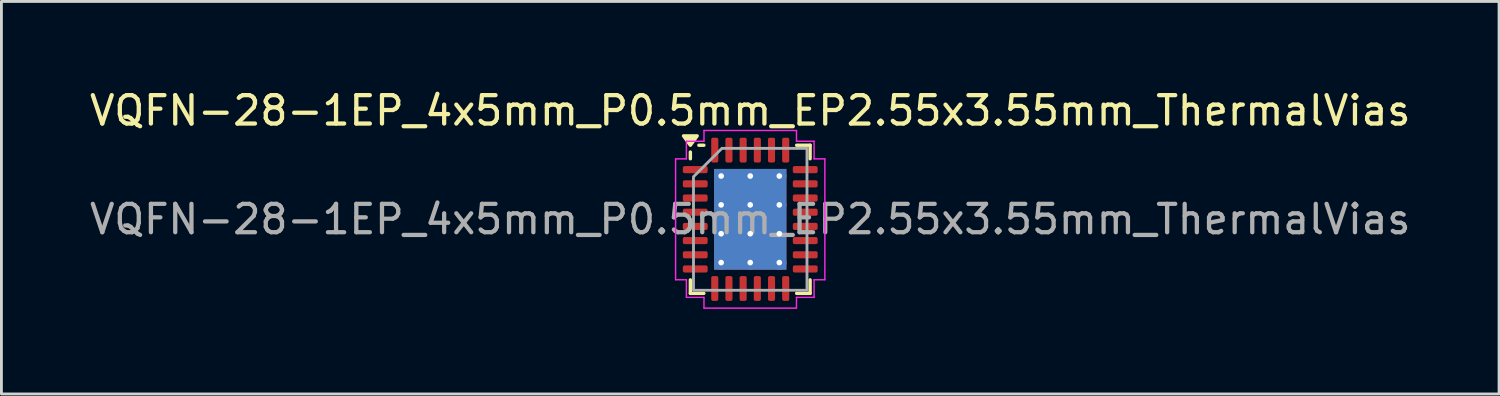
<source format=kicad_pcb>
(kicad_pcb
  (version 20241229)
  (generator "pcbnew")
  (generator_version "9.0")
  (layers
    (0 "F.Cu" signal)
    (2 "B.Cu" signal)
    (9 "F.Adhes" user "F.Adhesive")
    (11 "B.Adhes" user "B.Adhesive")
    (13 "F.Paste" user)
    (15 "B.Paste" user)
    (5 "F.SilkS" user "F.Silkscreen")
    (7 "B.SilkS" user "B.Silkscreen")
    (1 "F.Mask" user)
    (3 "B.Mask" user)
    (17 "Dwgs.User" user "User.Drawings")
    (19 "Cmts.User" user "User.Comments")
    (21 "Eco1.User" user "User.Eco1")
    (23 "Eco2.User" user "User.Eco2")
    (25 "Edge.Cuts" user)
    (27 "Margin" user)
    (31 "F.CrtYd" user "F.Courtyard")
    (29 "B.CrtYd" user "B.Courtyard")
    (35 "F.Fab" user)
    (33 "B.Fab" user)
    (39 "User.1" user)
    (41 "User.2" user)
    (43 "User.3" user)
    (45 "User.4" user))
  (footprint "VQFN-28-1EP_4x5mm_P0.5mm_EP2.55x3.55mm_ThermalVias"
    (layer "F.Cu")
    (at 23.387 4.678)
    (property "Reference" "VQFN-28-1EP_4x5mm_P0.5mm_EP2.55x3.55mm_ThermalVias" (at 0 -3.83 0) (layer "F.SilkS") (effects (font (size 1 1) (thickness 0.15))))
    (attr smd)
    (fp_line (start -2.11 -2.135) (end -2.11 -2.37) (stroke (width 0.12) (type solid)) (layer "F.SilkS"))
    (fp_line (start -2.11 2.61) (end -2.11 2.135) (stroke (width 0.12) (type solid)) (layer "F.SilkS"))
    (fp_line (start -1.635 -2.61) (end -1.81 -2.61) (stroke (width 0.12) (type solid)) (layer "F.SilkS"))
    (fp_line (start -1.635 2.61) (end -2.11 2.61) (stroke (width 0.12) (type solid)) (layer "F.SilkS"))
    (fp_line (start 1.635 -2.61) (end 2.11 -2.61) (stroke (width 0.12) (type solid)) (layer "F.SilkS"))
    (fp_line (start 1.635 2.61) (end 2.11 2.61) (stroke (width 0.12) (type solid)) (layer "F.SilkS"))
    (fp_line (start 2.11 -2.61) (end 2.11 -2.135) (stroke (width 0.12) (type solid)) (layer "F.SilkS"))
    (fp_line (start 2.11 2.61) (end 2.11 2.135) (stroke (width 0.12) (type solid)) (layer "F.SilkS"))
    (fp_poly (pts (xy -2.11 -2.61) (xy -2.35 -2.94) (xy -1.87 -2.94)) (stroke (width 0.12) (type solid)) (fill yes) (layer "F.SilkS"))
    (fp_line (start -2.63 -2.13) (end -2.25 -2.13) (stroke (width 0.05) (type solid)) (layer "F.CrtYd"))
    (fp_line (start -2.63 2.13) (end -2.63 -2.13) (stroke (width 0.05) (type solid)) (layer "F.CrtYd"))
    (fp_line (start -2.25 -2.75) (end -1.63 -2.75) (stroke (width 0.05) (type solid)) (layer "F.CrtYd"))
    (fp_line (start -2.25 -2.13) (end -2.25 -2.75) (stroke (width 0.05) (type solid)) (layer "F.CrtYd"))
    (fp_line (start -2.25 2.13) (end -2.63 2.13) (stroke (width 0.05) (type solid)) (layer "F.CrtYd"))
    (fp_line (start -2.25 2.75) (end -2.25 2.13) (stroke (width 0.05) (type solid)) (layer "F.CrtYd"))
    (fp_line (start -1.63 -3.13) (end 1.63 -3.13) (stroke (width 0.05) (type solid)) (layer "F.CrtYd"))
    (fp_line (start -1.63 -2.75) (end -1.63 -3.13) (stroke (width 0.05) (type solid)) (layer "F.CrtYd"))
    (fp_line (start -1.63 2.75) (end -2.25 2.75) (stroke (width 0.05) (type solid)) (layer "F.CrtYd"))
    (fp_line (start -1.63 3.13) (end -1.63 2.75) (stroke (width 0.05) (type solid)) (layer "F.CrtYd"))
    (fp_line (start 1.63 -3.13) (end 1.63 -2.75) (stroke (width 0.05) (type solid)) (layer "F.CrtYd"))
    (fp_line (start 1.63 -2.75) (end 2.25 -2.75) (stroke (width 0.05) (type solid)) (layer "F.CrtYd"))
    (fp_line (start 1.63 2.75) (end 1.63 3.13) (stroke (width 0.05) (type solid)) (layer "F.CrtYd"))
    (fp_line (start 1.63 3.13) (end -1.63 3.13) (stroke (width 0.05) (type solid)) (layer "F.CrtYd"))
    (fp_line (start 2.25 -2.75) (end 2.25 -2.13) (stroke (width 0.05) (type solid)) (layer "F.CrtYd"))
    (fp_line (start 2.25 -2.13) (end 2.63 -2.13) (stroke (width 0.05) (type solid)) (layer "F.CrtYd"))
    (fp_line (start 2.25 2.13) (end 2.25 2.75) (stroke (width 0.05) (type solid)) (layer "F.CrtYd"))
    (fp_line (start 2.25 2.75) (end 1.63 2.75) (stroke (width 0.05) (type solid)) (layer "F.CrtYd"))
    (fp_line (start 2.63 -2.13) (end 2.63 2.13) (stroke (width 0.05) (type solid)) (layer "F.CrtYd"))
    (fp_line (start 2.63 2.13) (end 2.25 2.13) (stroke (width 0.05) (type solid)) (layer "F.CrtYd"))
    (fp_poly (pts (xy -2 -1.5) (xy -2 2.5) (xy 2 2.5) (xy 2 -2.5) (xy -1 -2.5)) (stroke (width 0.1) (type solid)) (fill no) (layer "F.Fab"))
    (fp_text user "${REFERENCE}" (at 0 0 0) (layer "F.Fab") (effects (font (size 1 1) (thickness 0.15))))
    (pad "" smd roundrect (at -0.635 -1.18) (size 1.03 0.95) (layers "F.Paste") (roundrect_rratio 0.25))
    (pad "" smd roundrect (at -0.635 0) (size 1.03 0.95) (layers "F.Paste") (roundrect_rratio 0.25))
    (pad "" smd roundrect (at -0.635 1.18) (size 1.03 0.95) (layers "F.Paste") (roundrect_rratio 0.25))
    (pad "" smd roundrect (at 0.635 -1.18) (size 1.03 0.95) (layers "F.Paste") (roundrect_rratio 0.25))
    (pad "" smd roundrect (at 0.635 0) (size 1.03 0.95) (layers "F.Paste") (roundrect_rratio 0.25))
    (pad "" smd roundrect (at 0.635 1.18) (size 1.03 0.95) (layers "F.Paste") (roundrect_rratio 0.25))
    (pad "1" smd roundrect (at -1.938 -1.75) (size 0.875 0.25) (layers "F.Cu" "F.Mask" "F.Paste") (roundrect_rratio 0.25))
    (pad "2" smd roundrect (at -1.938 -1.25) (size 0.875 0.25) (layers "F.Cu" "F.Mask" "F.Paste") (roundrect_rratio 0.25))
    (pad "3" smd roundrect (at -1.938 -0.75) (size 0.875 0.25) (layers "F.Cu" "F.Mask" "F.Paste") (roundrect_rratio 0.25))
    (pad "4" smd roundrect (at -1.938 -0.25) (size 0.875 0.25) (layers "F.Cu" "F.Mask" "F.Paste") (roundrect_rratio 0.25))
    (pad "5" smd roundrect (at -1.938 0.25) (size 0.875 0.25) (layers "F.Cu" "F.Mask" "F.Paste") (roundrect_rratio 0.25))
    (pad "6" smd roundrect (at -1.938 0.75) (size 0.875 0.25) (layers "F.Cu" "F.Mask" "F.Paste") (roundrect_rratio 0.25))
    (pad "7" smd roundrect (at -1.938 1.25) (size 0.875 0.25) (layers "F.Cu" "F.Mask" "F.Paste") (roundrect_rratio 0.25))
    (pad "8" smd roundrect (at -1.938 1.75) (size 0.875 0.25) (layers "F.Cu" "F.Mask" "F.Paste") (roundrect_rratio 0.25))
    (pad "9" smd roundrect (at -1.25 2.438) (size 0.25 0.875) (layers "F.Cu" "F.Mask" "F.Paste") (roundrect_rratio 0.25))
    (pad "10" smd roundrect (at -0.75 2.438) (size 0.25 0.875) (layers "F.Cu" "F.Mask" "F.Paste") (roundrect_rratio 0.25))
    (pad "11" smd roundrect (at -0.25 2.438) (size 0.25 0.875) (layers "F.Cu" "F.Mask" "F.Paste") (roundrect_rratio 0.25))
    (pad "12" smd roundrect (at 0.25 2.438) (size 0.25 0.875) (layers "F.Cu" "F.Mask" "F.Paste") (roundrect_rratio 0.25))
    (pad "13" smd roundrect (at 0.75 2.438) (size 0.25 0.875) (layers "F.Cu" "F.Mask" "F.Paste") (roundrect_rratio 0.25))
    (pad "14" smd roundrect (at 1.25 2.438) (size 0.25 0.875) (layers "F.Cu" "F.Mask" "F.Paste") (roundrect_rratio 0.25))
    (pad "15" smd roundrect (at 1.938 1.75) (size 0.875 0.25) (layers "F.Cu" "F.Mask" "F.Paste") (roundrect_rratio 0.25))
    (pad "16" smd roundrect (at 1.938 1.25) (size 0.875 0.25) (layers "F.Cu" "F.Mask" "F.Paste") (roundrect_rratio 0.25))
    (pad "17" smd roundrect (at 1.938 0.75) (size 0.875 0.25) (layers "F.Cu" "F.Mask" "F.Paste") (roundrect_rratio 0.25))
    (pad "18" smd roundrect (at 1.938 0.25) (size 0.875 0.25) (layers "F.Cu" "F.Mask" "F.Paste") (roundrect_rratio 0.25))
    (pad "19" smd roundrect (at 1.938 -0.25) (size 0.875 0.25) (layers "F.Cu" "F.Mask" "F.Paste") (roundrect_rratio 0.25))
    (pad "20" smd roundrect (at 1.938 -0.75) (size 0.875 0.25) (layers "F.Cu" "F.Mask" "F.Paste") (roundrect_rratio 0.25))
    (pad "21" smd roundrect (at 1.938 -1.25) (size 0.875 0.25) (layers "F.Cu" "F.Mask" "F.Paste") (roundrect_rratio 0.25))
    (pad "22" smd roundrect (at 1.938 -1.75) (size 0.875 0.25) (layers "F.Cu" "F.Mask" "F.Paste") (roundrect_rratio 0.25))
    (pad "23" smd roundrect (at 1.25 -2.438) (size 0.25 0.875) (layers "F.Cu" "F.Mask" "F.Paste") (roundrect_rratio 0.25))
    (pad "24" smd roundrect (at 0.75 -2.438) (size 0.25 0.875) (layers "F.Cu" "F.Mask" "F.Paste") (roundrect_rratio 0.25))
    (pad "25" smd roundrect (at 0.25 -2.438) (size 0.25 0.875) (layers "F.Cu" "F.Mask" "F.Paste") (roundrect_rratio 0.25))
    (pad "26" smd roundrect (at -0.25 -2.438) (size 0.25 0.875) (layers "F.Cu" "F.Mask" "F.Paste") (roundrect_rratio 0.25))
    (pad "27" smd roundrect (at -0.75 -2.438) (size 0.25 0.875) (layers "F.Cu" "F.Mask" "F.Paste") (roundrect_rratio 0.25))
    (pad "28" smd roundrect (at -1.25 -2.438) (size 0.25 0.875) (layers "F.Cu" "F.Mask" "F.Paste") (roundrect_rratio 0.25))
    (pad "29" thru_hole circle (at -1.025 -1.525) (size 0.5 0.5) (drill 0.2) (property pad_prop_heatsink) (layers "*.Cu"))
    (pad "29" thru_hole circle (at -1.025 -0.508) (size 0.5 0.5) (drill 0.2) (property pad_prop_heatsink) (layers "*.Cu"))
    (pad "29" thru_hole circle (at -1.025 0.508) (size 0.5 0.5) (drill 0.2) (property pad_prop_heatsink) (layers "*.Cu"))
    (pad "29" thru_hole circle (at -1.025 1.525) (size 0.5 0.5) (drill 0.2) (property pad_prop_heatsink) (layers "*.Cu"))
    (pad "29" thru_hole circle (at 0 -1.525) (size 0.5 0.5) (drill 0.2) (property pad_prop_heatsink) (layers "*.Cu"))
    (pad "29" thru_hole circle (at 0 -0.508) (size 0.5 0.5) (drill 0.2) (property pad_prop_heatsink) (layers "*.Cu"))
    (pad "29" smd rect (at 0 0) (size 2.55 3.55) (property pad_prop_heatsink) (layers "F.Cu" "F.Mask"))
    (pad "29" smd rect (at 0 0) (size 2.55 3.55) (property pad_prop_heatsink) (layers "B.Cu"))
    (pad "29" thru_hole circle (at 0 0.508) (size 0.5 0.5) (drill 0.2) (property pad_prop_heatsink) (layers "*.Cu"))
    (pad "29" thru_hole circle (at 0 1.525) (size 0.5 0.5) (drill 0.2) (property pad_prop_heatsink) (layers "*.Cu"))
    (pad "29" thru_hole circle (at 1.025 -1.525) (size 0.5 0.5) (drill 0.2) (property pad_prop_heatsink) (layers "*.Cu"))
    (pad "29" thru_hole circle (at 1.025 -0.508) (size 0.5 0.5) (drill 0.2) (property pad_prop_heatsink) (layers "*.Cu"))
    (pad "29" thru_hole circle (at 1.025 0.508) (size 0.5 0.5) (drill 0.2) (property pad_prop_heatsink) (layers "*.Cu"))
    (pad "29" thru_hole circle (at 1.025 1.525) (size 0.5 0.5) (drill 0.2) (property pad_prop_heatsink) (layers "*.Cu")))
  (gr_rect
    (start -3 -3)
    (end 49.774 10.833)
    (stroke (width 0.1) (type default))
    (fill no)
    (layer "Edge.Cuts")))
</source>
